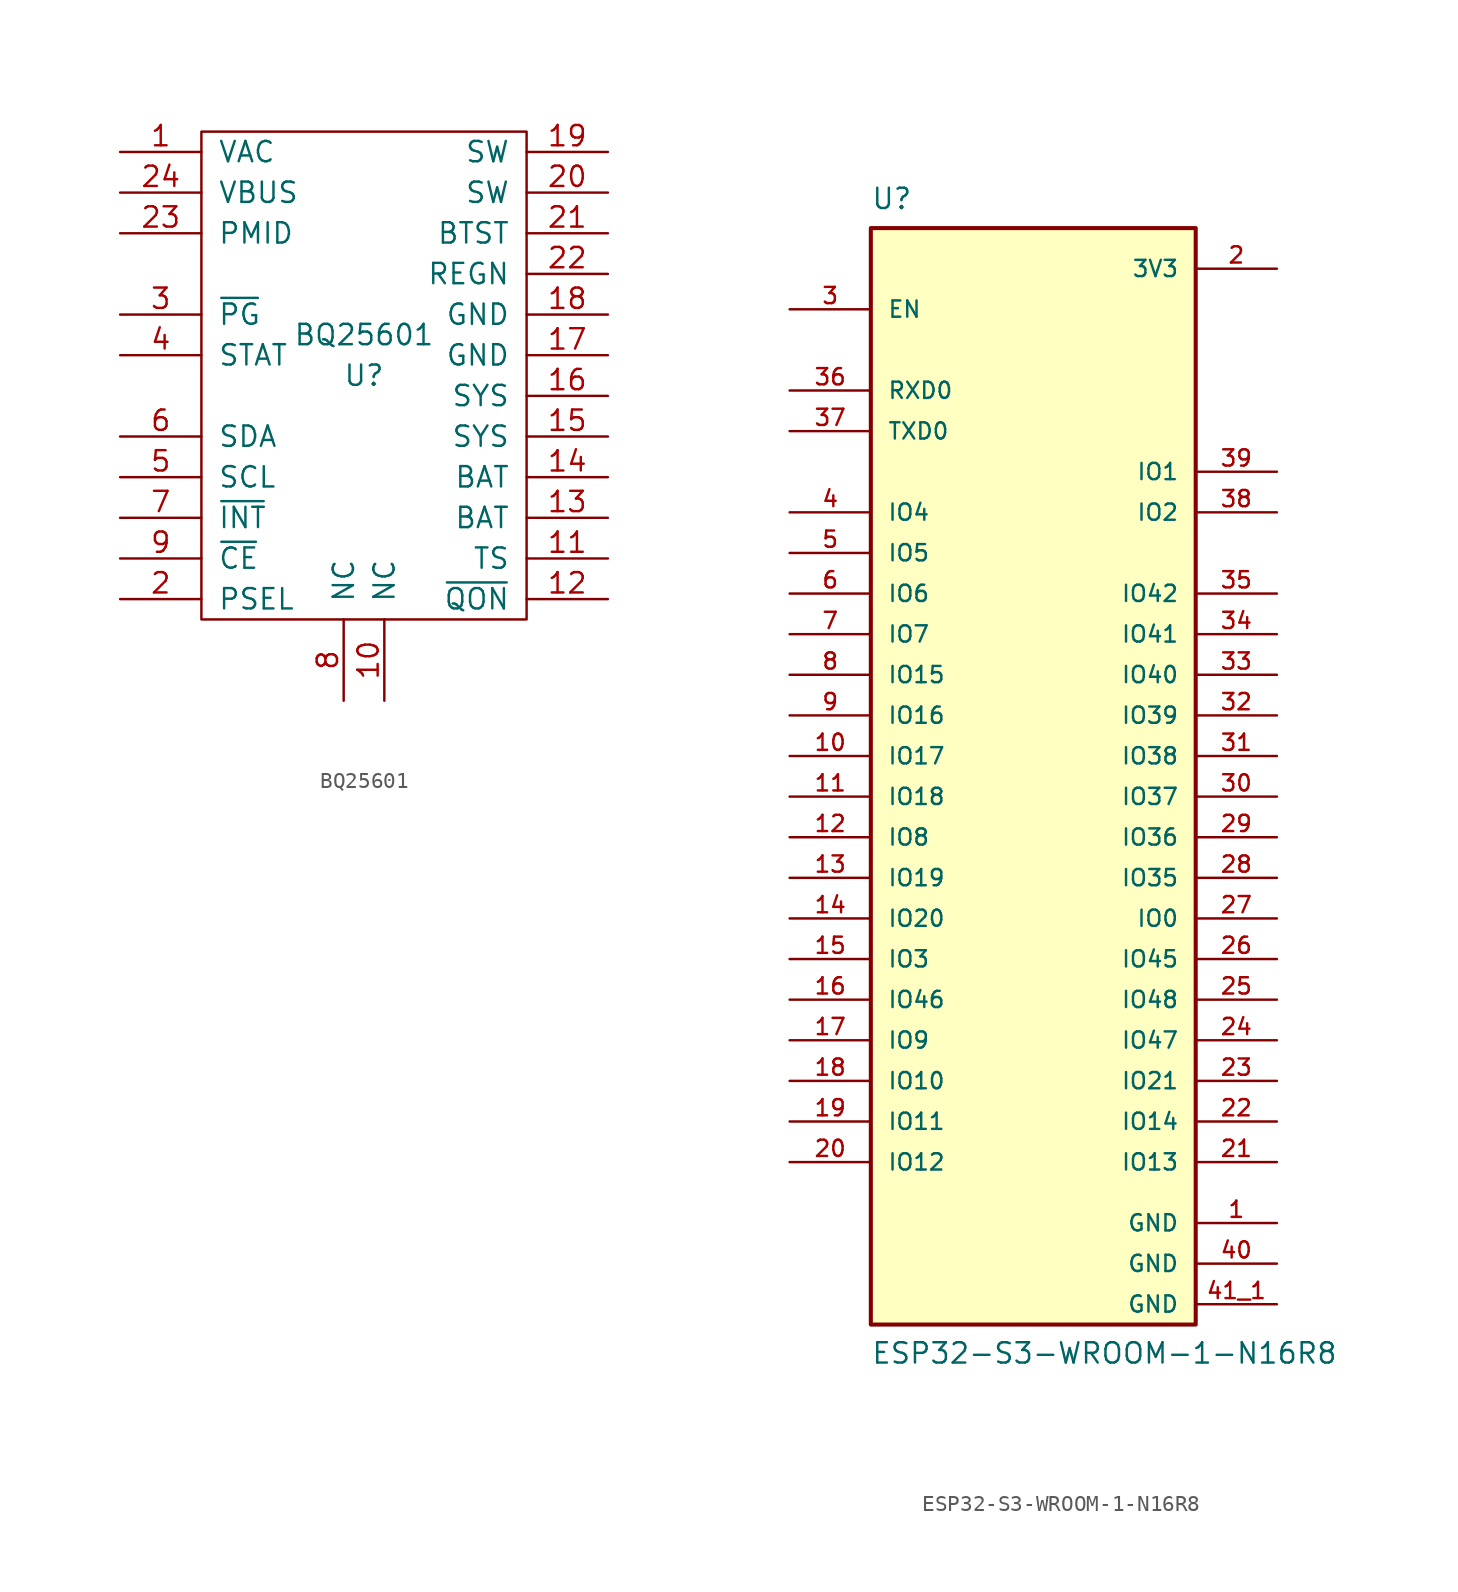
<source format=kicad_sym>
(kicad_symbol_lib
  (version 20211014)
  (generator kicad_symbol_editor)
  (symbol "BQ25601"
    (pin_names
      (offset 1.016))
    (property "Reference" "U"
      (at 0 0 0)
      (effects (font (size 1.27 1.27))))
    (property "Value" "BQ25601"
      (at 0 2.54 0)
      (effects (font (size 1.27 1.27))))
    (symbol "BQ25601_0_1"
      (rectangle (start -10.16 15.24) (end 10.16 -15.24) (stroke (width 0) (type default) (color 0 0 0 0)) (fill (type none))))
    (symbol "BQ25601_1_1"
      (pin input line (at -15.24 13.97 0) (length 5.08) (name "VAC" (effects (font (size 1.27 1.27)))) (number "1" (effects (font (size 1.27 1.27)))))
      (pin input line (at 1.27 -20.32 90) (length 5.08) (name "NC" (effects (font (size 1.27 1.27)))) (number "10" (effects (font (size 1.27 1.27)))))
      (pin input line (at 15.24 -11.43 180) (length 5.08) (name "TS" (effects (font (size 1.27 1.27)))) (number "11" (effects (font (size 1.27 1.27)))))
      (pin input line (at 15.24 -13.97 180) (length 5.08) (name "~{QON}" (effects (font (size 1.27 1.27)))) (number "12" (effects (font (size 1.27 1.27)))))
      (pin input line (at 15.24 -8.89 180) (length 5.08) (name "BAT" (effects (font (size 1.27 1.27)))) (number "13" (effects (font (size 1.27 1.27)))))
      (pin input line (at 15.24 -6.35 180) (length 5.08) (name "BAT" (effects (font (size 1.27 1.27)))) (number "14" (effects (font (size 1.27 1.27)))))
      (pin input line (at 15.24 -3.81 180) (length 5.08) (name "SYS" (effects (font (size 1.27 1.27)))) (number "15" (effects (font (size 1.27 1.27)))))
      (pin input line (at 15.24 -1.27 180) (length 5.08) (name "SYS" (effects (font (size 1.27 1.27)))) (number "16" (effects (font (size 1.27 1.27)))))
      (pin input line (at 15.24 1.27 180) (length 5.08) (name "GND" (effects (font (size 1.27 1.27)))) (number "17" (effects (font (size 1.27 1.27)))))
      (pin input line (at 15.24 3.81 180) (length 5.08) (name "GND" (effects (font (size 1.27 1.27)))) (number "18" (effects (font (size 1.27 1.27)))))
      (pin input line (at 15.24 13.97 180) (length 5.08) (name "SW" (effects (font (size 1.27 1.27)))) (number "19" (effects (font (size 1.27 1.27)))))
      (pin input line (at -15.24 -13.97 0) (length 5.08) (name "PSEL" (effects (font (size 1.27 1.27)))) (number "2" (effects (font (size 1.27 1.27)))))
      (pin input line (at 15.24 11.43 180) (length 5.08) (name "SW" (effects (font (size 1.27 1.27)))) (number "20" (effects (font (size 1.27 1.27)))))
      (pin input line (at 15.24 8.89 180) (length 5.08) (name "BTST" (effects (font (size 1.27 1.27)))) (number "21" (effects (font (size 1.27 1.27)))))
      (pin input line (at 15.24 6.35 180) (length 5.08) (name "REGN" (effects (font (size 1.27 1.27)))) (number "22" (effects (font (size 1.27 1.27)))))
      (pin input line (at -15.24 8.89 0) (length 5.08) (name "PMID" (effects (font (size 1.27 1.27)))) (number "23" (effects (font (size 1.27 1.27)))))
      (pin input line (at -15.24 11.43 0) (length 5.08) (name "VBUS" (effects (font (size 1.27 1.27)))) (number "24" (effects (font (size 1.27 1.27)))))
      (pin input line (at -15.24 3.81 0) (length 5.08) (name "~{PG}" (effects (font (size 1.27 1.27)))) (number "3" (effects (font (size 1.27 1.27)))))
      (pin input line (at -15.24 1.27 0) (length 5.08) (name "STAT" (effects (font (size 1.27 1.27)))) (number "4" (effects (font (size 1.27 1.27)))))
      (pin input line (at -15.24 -6.35 0) (length 5.08) (name "SCL" (effects (font (size 1.27 1.27)))) (number "5" (effects (font (size 1.27 1.27)))))
      (pin input line (at -15.24 -3.81 0) (length 5.08) (name "SDA" (effects (font (size 1.27 1.27)))) (number "6" (effects (font (size 1.27 1.27)))))
      (pin input line (at -15.24 -8.89 0) (length 5.08) (name "~{INT}" (effects (font (size 1.27 1.27)))) (number "7" (effects (font (size 1.27 1.27)))))
      (pin input line (at -1.27 -20.32 90) (length 5.08) (name "NC" (effects (font (size 1.27 1.27)))) (number "8" (effects (font (size 1.27 1.27)))))
      (pin input line (at -15.24 -11.43 0) (length 5.08) (name "~{CE}" (effects (font (size 1.27 1.27)))) (number "9" (effects (font (size 1.27 1.27)))))))
  (symbol "ESP32-S3-WROOM-1-N16R8"
    (pin_names
      (offset 1.016))
    (property "Reference" "U"
      (at -10.16 35.382 0)
      (effects (font (size 1.27 1.27)) (justify left bottom)))
    (property "Value" "ESP32-S3-WROOM-1-N16R8"
      (at -10.16 -36.83 0)
      (effects (font (size 1.27 1.27)) (justify left bottom)))
    (symbol "ESP32-S3-WROOM-1-N16R8_0_0"
      (rectangle (start -10.16 34.29) (end 10.16 -34.29) (stroke (width 0.254) (type default) (color 0 0 0 0)) (fill (type background)))
      (pin power_in line (at 15.24 -27.94 180) (length 5.08) (name "GND" (effects (font (size 1.016 1.016)))) (number "1" (effects (font (size 1.016 1.016)))))
      (pin bidirectional line (at -15.24 1.27 0) (length 5.08) (name "IO17" (effects (font (size 1.016 1.016)))) (number "10" (effects (font (size 1.016 1.016)))) (alternate "ADC2_CH6" bidirectional line) (alternate "GPIO17" bidirectional line) (alternate "RTC_GPIO17" bidirectional line) (alternate "U1TXD" bidirectional line))
      (pin bidirectional line (at -15.24 -1.27 0) (length 5.08) (name "IO18" (effects (font (size 1.016 1.016)))) (number "11" (effects (font (size 1.016 1.016)))) (alternate "ADC2_CH7" bidirectional line) (alternate "CLK_OUT3" bidirectional line) (alternate "GPIO18" bidirectional line) (alternate "RTC_GPIO18" bidirectional line) (alternate "U1RXD" bidirectional line))
      (pin bidirectional line (at -15.24 -3.81 0) (length 5.08) (name "IO8" (effects (font (size 1.016 1.016)))) (number "12" (effects (font (size 1.016 1.016)))) (alternate "ADC1_CH7" bidirectional line) (alternate "GPIO8" bidirectional line) (alternate "RTC_GPIO8" bidirectional line) (alternate "SUBSPICS1" bidirectional line) (alternate "TOUCH8" bidirectional line))
      (pin bidirectional line (at -15.24 -6.35 0) (length 5.08) (name "IO19" (effects (font (size 1.016 1.016)))) (number "13" (effects (font (size 1.016 1.016)))) (alternate "ADC2_CH8" bidirectional line) (alternate "CLK_OUT2" bidirectional line) (alternate "GPIO19" bidirectional line) (alternate "RTC_GPIO19" bidirectional line) (alternate "U1RTS" bidirectional line) (alternate "USB_D-" bidirectional line))
      (pin bidirectional line (at -15.24 -8.89 0) (length 5.08) (name "IO20" (effects (font (size 1.016 1.016)))) (number "14" (effects (font (size 1.016 1.016)))) (alternate "ADC2_CH9" bidirectional line) (alternate "CLK_OUT1" bidirectional line) (alternate "GPIO20" bidirectional line) (alternate "RTC_GPIO20" bidirectional line) (alternate "U1CTS" bidirectional line) (alternate "USB_D+" bidirectional line))
      (pin bidirectional line (at -15.24 -11.43 0) (length 5.08) (name "IO3" (effects (font (size 1.016 1.016)))) (number "15" (effects (font (size 1.016 1.016)))) (alternate "ADC1_CH2" bidirectional line) (alternate "GPIO3" bidirectional line) (alternate "RTC_GPIO3" bidirectional line) (alternate "TOUCH3" bidirectional line))
      (pin bidirectional line (at -15.24 -13.97 0) (length 5.08) (name "IO46" (effects (font (size 1.016 1.016)))) (number "16" (effects (font (size 1.016 1.016)))) (alternate "GPIO46" bidirectional line))
      (pin bidirectional line (at -15.24 -16.51 0) (length 5.08) (name "IO9" (effects (font (size 1.016 1.016)))) (number "17" (effects (font (size 1.016 1.016)))) (alternate "ADC1_CH8" bidirectional line) (alternate "FSPIHD" bidirectional line) (alternate "GPIO9" bidirectional line) (alternate "RTC_GPIO9" bidirectional line) (alternate "SUBSPIHD" bidirectional line) (alternate "TOUCH9" bidirectional line))
      (pin bidirectional line (at -15.24 -19.05 0) (length 5.08) (name "IO10" (effects (font (size 1.016 1.016)))) (number "18" (effects (font (size 1.016 1.016)))) (alternate "ADC1_CH9" bidirectional line) (alternate "FSPICS0" bidirectional line) (alternate "FSPIIO4" bidirectional line) (alternate "GPIO10" bidirectional line) (alternate "RTC_GPIO10" bidirectional line) (alternate "SUBSPICS0" bidirectional line) (alternate "TOUCH10" bidirectional line))
      (pin bidirectional line (at -15.24 -21.59 0) (length 5.08) (name "IO11" (effects (font (size 1.016 1.016)))) (number "19" (effects (font (size 1.016 1.016)))) (alternate "ADC2_CH0" bidirectional line) (alternate "FSPID" bidirectional line) (alternate "FSPIIO5" bidirectional line) (alternate "GPIO11" bidirectional line) (alternate "RTC_GPIO11" bidirectional line) (alternate "SUBSPID" bidirectional line) (alternate "TOUCH11" bidirectional line))
      (pin power_in line (at 15.24 31.75 180) (length 5.08) (name "3V3" (effects (font (size 1.016 1.016)))) (number "2" (effects (font (size 1.016 1.016)))))
      (pin bidirectional line (at -15.24 -24.13 0) (length 5.08) (name "IO12" (effects (font (size 1.016 1.016)))) (number "20" (effects (font (size 1.016 1.016)))) (alternate "ADC2_CH1" bidirectional line) (alternate "FSPICLK" bidirectional line) (alternate "FSPIIO6" bidirectional line) (alternate "GPIO12" bidirectional line) (alternate "RTC_GPIO12" bidirectional line) (alternate "SUBSPICLK" bidirectional line) (alternate "TOUCH12" bidirectional line))
      (pin bidirectional line (at 15.24 -24.13 180) (length 5.08) (name "IO13" (effects (font (size 1.016 1.016)))) (number "21" (effects (font (size 1.016 1.016)))) (alternate "ADC2_CH2" bidirectional line) (alternate "FSPIIO7" bidirectional line) (alternate "FSPIQ" bidirectional line) (alternate "GPIO13" bidirectional line) (alternate "RTC_GPIO13" bidirectional line) (alternate "SUBSPIQ" bidirectional line) (alternate "TOUCH13" bidirectional line))
      (pin bidirectional line (at 15.24 -21.59 180) (length 5.08) (name "IO14" (effects (font (size 1.016 1.016)))) (number "22" (effects (font (size 1.016 1.016)))) (alternate "ADC2_CH3" bidirectional line) (alternate "FSPIDQS" bidirectional line) (alternate "FSPIWP" bidirectional line) (alternate "GPIO14" bidirectional line) (alternate "RTC_GPIO14" bidirectional line) (alternate "SUBSPIWP" bidirectional line) (alternate "TOUCH14" bidirectional line))
      (pin bidirectional line (at 15.24 -19.05 180) (length 5.08) (name "IO21" (effects (font (size 1.016 1.016)))) (number "23" (effects (font (size 1.016 1.016)))) (alternate "GPIO21" bidirectional line) (alternate "RTC_GPIO21" bidirectional line))
      (pin bidirectional line (at 15.24 -16.51 180) (length 5.08) (name "IO47" (effects (font (size 1.016 1.016)))) (number "24" (effects (font (size 1.016 1.016)))) (alternate "GPIO47" bidirectional line) (alternate "SPICLK_P_DIFF" bidirectional line) (alternate "SUBSPICLK_P_DIFF" bidirectional line))
      (pin bidirectional line (at 15.24 -13.97 180) (length 5.08) (name "IO48" (effects (font (size 1.016 1.016)))) (number "25" (effects (font (size 1.016 1.016)))) (alternate "GPIO48" bidirectional line) (alternate "SPICLK_N_DIFF" bidirectional line) (alternate "SUBSPICLK_N_DIFF" bidirectional line))
      (pin bidirectional line (at 15.24 -11.43 180) (length 5.08) (name "IO45" (effects (font (size 1.016 1.016)))) (number "26" (effects (font (size 1.016 1.016)))) (alternate "GPIO45" bidirectional line))
      (pin bidirectional line (at 15.24 -8.89 180) (length 5.08) (name "IO0" (effects (font (size 1.016 1.016)))) (number "27" (effects (font (size 1.016 1.016)))) (alternate "GPIO0" bidirectional line) (alternate "RTC_GPIO0" bidirectional line))
      (pin bidirectional line (at 15.24 -6.35 180) (length 5.08) (name "IO35" (effects (font (size 1.016 1.016)))) (number "28" (effects (font (size 1.016 1.016)))) (alternate "FSPID" bidirectional line) (alternate "GPIO35" bidirectional line) (alternate "SPIIO6" bidirectional line) (alternate "SUBSPID" bidirectional line))
      (pin bidirectional line (at 15.24 -3.81 180) (length 5.08) (name "IO36" (effects (font (size 1.016 1.016)))) (number "29" (effects (font (size 1.016 1.016)))) (alternate "FSPICLK" bidirectional line) (alternate "GPIO36" bidirectional line) (alternate "SPIIO7" bidirectional line) (alternate "SUBSPICLK" bidirectional line))
      (pin input line (at -15.24 29.21 0) (length 5.08) (name "EN" (effects (font (size 1.016 1.016)))) (number "3" (effects (font (size 1.016 1.016)))))
      (pin bidirectional line (at 15.24 -1.27 180) (length 5.08) (name "IO37" (effects (font (size 1.016 1.016)))) (number "30" (effects (font (size 1.016 1.016)))) (alternate "FSPIQ" bidirectional line) (alternate "GPIO37" bidirectional line) (alternate "SPIDQS" bidirectional line) (alternate "SUBSPIQ" bidirectional line))
      (pin bidirectional line (at 15.24 1.27 180) (length 5.08) (name "IO38" (effects (font (size 1.016 1.016)))) (number "31" (effects (font (size 1.016 1.016)))) (alternate "FSPIWP" bidirectional line) (alternate "GPIO38" bidirectional line) (alternate "SUBSPIWP" bidirectional line))
      (pin bidirectional line (at 15.24 3.81 180) (length 5.08) (name "IO39" (effects (font (size 1.016 1.016)))) (number "32" (effects (font (size 1.016 1.016)))) (alternate "CLK_OUT3" bidirectional line) (alternate "GPIO39" bidirectional line) (alternate "MTCK" bidirectional line) (alternate "SUBSPICS1" bidirectional line))
      (pin bidirectional line (at 15.24 6.35 180) (length 5.08) (name "IO40" (effects (font (size 1.016 1.016)))) (number "33" (effects (font (size 1.016 1.016)))) (alternate "CLK_OUT2" bidirectional line) (alternate "GPIO40" bidirectional line) (alternate "MTDO" bidirectional line))
      (pin bidirectional line (at 15.24 8.89 180) (length 5.08) (name "IO41" (effects (font (size 1.016 1.016)))) (number "34" (effects (font (size 1.016 1.016)))) (alternate "CLK_OUT1" bidirectional line) (alternate "GPIO41" bidirectional line) (alternate "MTDI" bidirectional line))
      (pin bidirectional line (at 15.24 11.43 180) (length 5.08) (name "IO42" (effects (font (size 1.016 1.016)))) (number "35" (effects (font (size 1.016 1.016)))) (alternate "GPIO42" bidirectional line) (alternate "MTMS" bidirectional line))
      (pin bidirectional line (at -15.24 24.13 0) (length 5.08) (name "RXD0" (effects (font (size 1.016 1.016)))) (number "36" (effects (font (size 1.016 1.016)))) (alternate "CLK_OUT2" bidirectional line) (alternate "GPIO44" bidirectional line) (alternate "U0RXD" bidirectional line))
      (pin bidirectional line (at -15.24 21.59 0) (length 5.08) (name "TXD0" (effects (font (size 1.016 1.016)))) (number "37" (effects (font (size 1.016 1.016)))) (alternate "CLK_OUT1" bidirectional line) (alternate "GPIO43" bidirectional line) (alternate "U0TXD" bidirectional line))
      (pin bidirectional line (at 15.24 16.51 180) (length 5.08) (name "IO2" (effects (font (size 1.016 1.016)))) (number "38" (effects (font (size 1.016 1.016)))) (alternate "ADC1_CH1" bidirectional line) (alternate "GPIO2" bidirectional line) (alternate "RTC_GPIO2" bidirectional line) (alternate "TOUCH2" bidirectional line))
      (pin bidirectional line (at 15.24 19.05 180) (length 5.08) (name "IO1" (effects (font (size 1.016 1.016)))) (number "39" (effects (font (size 1.016 1.016)))) (alternate "ADC1_CH0" bidirectional line) (alternate "GPIO1" bidirectional line) (alternate "RTC_GPIO1" bidirectional line) (alternate "TOUCH1" bidirectional line))
      (pin bidirectional line (at -15.24 16.51 0) (length 5.08) (name "IO4" (effects (font (size 1.016 1.016)))) (number "4" (effects (font (size 1.016 1.016)))) (alternate "ADC1_CH3" bidirectional line) (alternate "GPIO4" bidirectional line) (alternate "RTC_GPIO4" bidirectional line) (alternate "TOUCH4" bidirectional line))
      (pin power_in line (at 15.24 -30.48 180) (length 5.08) (name "GND" (effects (font (size 1.016 1.016)))) (number "40" (effects (font (size 1.016 1.016)))))
      (pin power_in line (at 15.24 -33.02 180) (length 5.08) (name "GND" (effects (font (size 1.016 1.016)))) (number "41_1" (effects (font (size 1.016 1.016)))))
      (pin power_in line (at 15.24 -33.02 180) (length 5.08) hide (name "GND" (effects (font (size 1.016 1.016)))) (number "41_2" (effects (font (size 1.016 1.016)))))
      (pin power_in line (at 15.24 -33.02 180) (length 5.08) hide (name "GND" (effects (font (size 1.016 1.016)))) (number "41_3" (effects (font (size 1.016 1.016)))))
      (pin power_in line (at 15.24 -33.02 180) (length 5.08) hide (name "GND" (effects (font (size 1.016 1.016)))) (number "41_4" (effects (font (size 1.016 1.016)))))
      (pin power_in line (at 15.24 -33.02 180) (length 5.08) hide (name "GND" (effects (font (size 1.016 1.016)))) (number "41_5" (effects (font (size 1.016 1.016)))))
      (pin power_in line (at 15.24 -33.02 180) (length 5.08) hide (name "GND" (effects (font (size 1.016 1.016)))) (number "41_6" (effects (font (size 1.016 1.016)))))
      (pin power_in line (at 15.24 -33.02 180) (length 5.08) hide (name "GND" (effects (font (size 1.016 1.016)))) (number "41_7" (effects (font (size 1.016 1.016)))))
      (pin power_in line (at 15.24 -33.02 180) (length 5.08) hide (name "GND" (effects (font (size 1.016 1.016)))) (number "41_8" (effects (font (size 1.016 1.016)))))
      (pin power_in line (at 15.24 -33.02 180) (length 5.08) hide (name "GND" (effects (font (size 1.016 1.016)))) (number "41_9" (effects (font (size 1.016 1.016)))))
      (pin bidirectional line (at -15.24 13.97 0) (length 5.08) (name "IO5" (effects (font (size 1.016 1.016)))) (number "5" (effects (font (size 1.016 1.016)))) (alternate "ADC1_CH4" bidirectional line) (alternate "GPIO5" bidirectional line) (alternate "RTC_GPIO5" bidirectional line) (alternate "TOUCH5" bidirectional line))
      (pin bidirectional line (at -15.24 11.43 0) (length 5.08) (name "IO6" (effects (font (size 1.016 1.016)))) (number "6" (effects (font (size 1.016 1.016)))) (alternate "ADC1_CH5" bidirectional line) (alternate "GPIO6" bidirectional line) (alternate "RTC_GPIO6" bidirectional line) (alternate "TOUCH6" bidirectional line))
      (pin bidirectional line (at -15.24 8.89 0) (length 5.08) (name "IO7" (effects (font (size 1.016 1.016)))) (number "7" (effects (font (size 1.016 1.016)))) (alternate "ADC1_CH6" bidirectional line) (alternate "GPIO7" bidirectional line) (alternate "RTC_GPIO7" bidirectional line) (alternate "TOUCH7" bidirectional line))
      (pin bidirectional line (at -15.24 6.35 0) (length 5.08) (name "IO15" (effects (font (size 1.016 1.016)))) (number "8" (effects (font (size 1.016 1.016)))) (alternate "ADC2_CH4" bidirectional line) (alternate "GPIO15" bidirectional line) (alternate "RTC_GPIO15" bidirectional line) (alternate "U0RTS" bidirectional line) (alternate "XTAL_32K_P" bidirectional line))
      (pin bidirectional line (at -15.24 3.81 0) (length 5.08) (name "IO16" (effects (font (size 1.016 1.016)))) (number "9" (effects (font (size 1.016 1.016)))) (alternate "ADC2_CH5" bidirectional line) (alternate "GPIO16" bidirectional line) (alternate "RTC_GPIO16" bidirectional line) (alternate "U0CTS" bidirectional line) (alternate "XTAL_32K_N" bidirectional line)))))
</source>
